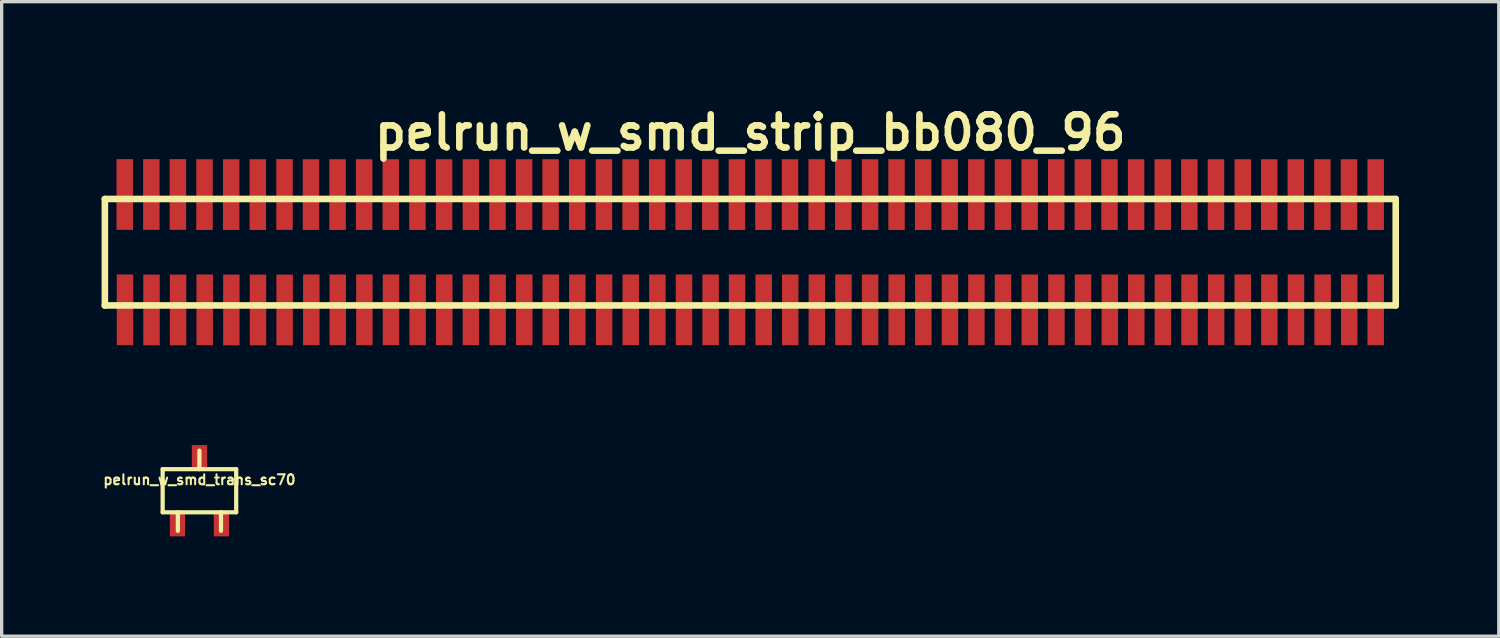
<source format=kicad_pcb>
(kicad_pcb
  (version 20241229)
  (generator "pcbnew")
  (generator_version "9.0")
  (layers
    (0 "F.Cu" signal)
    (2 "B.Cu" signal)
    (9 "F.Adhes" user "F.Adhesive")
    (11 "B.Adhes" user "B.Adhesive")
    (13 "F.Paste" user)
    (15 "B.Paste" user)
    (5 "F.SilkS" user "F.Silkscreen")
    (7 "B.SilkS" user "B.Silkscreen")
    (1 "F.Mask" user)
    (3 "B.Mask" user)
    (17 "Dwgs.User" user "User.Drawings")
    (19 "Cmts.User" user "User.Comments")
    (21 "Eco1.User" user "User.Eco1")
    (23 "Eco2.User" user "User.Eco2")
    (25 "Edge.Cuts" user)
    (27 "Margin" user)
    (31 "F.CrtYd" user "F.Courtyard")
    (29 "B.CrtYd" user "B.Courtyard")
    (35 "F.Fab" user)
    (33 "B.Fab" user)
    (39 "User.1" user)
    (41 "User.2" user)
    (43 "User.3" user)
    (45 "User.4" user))
  (footprint "pelrun_w_smd_strip_bb080_96"
    (layer "F.Cu")
    (at 19.5 4.531)
    (property "Reference" "pelrun_w_smd_strip_bb080_96" (at 0 -3.599 0) (layer "F.SilkS") (effects (font (size 0.998 0.998) (thickness 0.198))))
    (attr through_hole)
    (fp_line (start -19.401 -1.6) (end 19.401 -1.6) (stroke (width 0.198) (type solid)) (layer "F.SilkS"))
    (fp_line (start -19.398 -1.6) (end -19.398 1.6) (stroke (width 0.198) (type solid)) (layer "F.SilkS"))
    (fp_line (start 19.401 1.6) (end -19.401 1.6) (stroke (width 0.198) (type solid)) (layer "F.SilkS"))
    (fp_line (start 19.401 1.6) (end 19.401 -1.6) (stroke (width 0.198) (type solid)) (layer "F.SilkS"))
    (pad "1" smd rect (at -18.793 1.732) (size 0.495 2.126) (layers "F.Cu" "F.Mask" "F.Paste"))
    (pad "2" smd rect (at -18.801 -1.735) (size 0.495 2.126) (layers "F.Cu" "F.Mask" "F.Paste"))
    (pad "3" smd rect (at -17.996 1.735) (size 0.495 2.126) (layers "F.Cu" "F.Mask" "F.Paste"))
    (pad "4" smd rect (at -18.001 -1.735) (size 0.495 2.126) (layers "F.Cu" "F.Mask" "F.Paste"))
    (pad "5" smd rect (at -17.198 1.735) (size 0.495 2.126) (layers "F.Cu" "F.Mask" "F.Paste"))
    (pad "6" smd rect (at -17.203 -1.735) (size 0.495 2.126) (layers "F.Cu" "F.Mask" "F.Paste"))
    (pad "7" smd rect (at -16.398 1.732) (size 0.495 2.126) (layers "F.Cu" "F.Mask" "F.Paste"))
    (pad "8" smd rect (at -16.403 -1.732) (size 0.495 2.126) (layers "F.Cu" "F.Mask" "F.Paste"))
    (pad "9" smd rect (at -15.596 1.735) (size 0.495 2.126) (layers "F.Cu" "F.Mask" "F.Paste"))
    (pad "10" smd rect (at -15.601 -1.732) (size 0.495 2.126) (layers "F.Cu" "F.Mask" "F.Paste"))
    (pad "11" smd rect (at -14.796 1.735) (size 0.495 2.126) (layers "F.Cu" "F.Mask" "F.Paste"))
    (pad "12" smd rect (at -14.801 -1.732) (size 0.495 2.126) (layers "F.Cu" "F.Mask" "F.Paste"))
    (pad "13" smd rect (at -13.995 1.735) (size 0.495 2.126) (layers "F.Cu" "F.Mask" "F.Paste"))
    (pad "14" smd rect (at -13.998 -1.735) (size 0.495 2.126) (layers "F.Cu" "F.Mask" "F.Paste"))
    (pad "15" smd rect (at -13.193 1.732) (size 0.495 2.126) (layers "F.Cu" "F.Mask" "F.Paste"))
    (pad "16" smd rect (at -13.203 -1.732) (size 0.495 2.126) (layers "F.Cu" "F.Mask" "F.Paste"))
    (pad "17" smd rect (at -12.398 1.732) (size 0.495 2.126) (layers "F.Cu" "F.Mask" "F.Paste"))
    (pad "18" smd rect (at -12.403 -1.732) (size 0.495 2.126) (layers "F.Cu" "F.Mask" "F.Paste"))
    (pad "19" smd rect (at -11.598 1.732) (size 0.495 2.126) (layers "F.Cu" "F.Mask" "F.Paste"))
    (pad "20" smd rect (at -11.605 -1.732) (size 0.495 2.126) (layers "F.Cu" "F.Mask" "F.Paste"))
    (pad "21" smd rect (at -10.798 1.732) (size 0.495 2.126) (layers "F.Cu" "F.Mask" "F.Paste"))
    (pad "22" smd rect (at -10.805 -1.732) (size 0.495 2.126) (layers "F.Cu" "F.Mask" "F.Paste"))
    (pad "23" smd rect (at -9.997 1.732) (size 0.495 2.126) (layers "F.Cu" "F.Mask" "F.Paste"))
    (pad "24" smd rect (at -10.003 -1.732) (size 0.495 2.126) (layers "F.Cu" "F.Mask" "F.Paste"))
    (pad "25" smd rect (at -9.197 1.732) (size 0.495 2.126) (layers "F.Cu" "F.Mask" "F.Paste"))
    (pad "26" smd rect (at -9.202 -1.732) (size 0.495 2.126) (layers "F.Cu" "F.Mask" "F.Paste"))
    (pad "27" smd rect (at -8.397 1.732) (size 0.495 2.126) (layers "F.Cu" "F.Mask" "F.Paste"))
    (pad "28" smd rect (at -8.397 -1.732) (size 0.495 2.126) (layers "F.Cu" "F.Mask" "F.Paste"))
    (pad "29" smd rect (at -7.592 1.732) (size 0.495 2.126) (layers "F.Cu" "F.Mask" "F.Paste"))
    (pad "30" smd rect (at -7.597 -1.732) (size 0.495 2.126) (layers "F.Cu" "F.Mask" "F.Paste"))
    (pad "31" smd rect (at -6.792 1.732) (size 0.495 2.126) (layers "F.Cu" "F.Mask" "F.Paste"))
    (pad "32" smd rect (at -6.797 -1.732) (size 0.495 2.126) (layers "F.Cu" "F.Mask" "F.Paste"))
    (pad "33" smd rect (at -5.997 1.732) (size 0.495 2.126) (layers "F.Cu" "F.Mask" "F.Paste"))
    (pad "34" smd rect (at -6.002 -1.732) (size 0.495 2.126) (layers "F.Cu" "F.Mask" "F.Paste"))
    (pad "35" smd rect (at -5.197 1.732) (size 0.495 2.126) (layers "F.Cu" "F.Mask" "F.Paste"))
    (pad "36" smd rect (at -5.202 -1.732) (size 0.495 2.126) (layers "F.Cu" "F.Mask" "F.Paste"))
    (pad "37" smd rect (at -4.392 1.732) (size 0.495 2.126) (layers "F.Cu" "F.Mask" "F.Paste"))
    (pad "38" smd rect (at -4.397 -1.732) (size 0.495 2.126) (layers "F.Cu" "F.Mask" "F.Paste"))
    (pad "39" smd rect (at -3.592 1.732) (size 0.495 2.126) (layers "F.Cu" "F.Mask" "F.Paste"))
    (pad "40" smd rect (at -3.597 -1.732) (size 0.495 2.126) (layers "F.Cu" "F.Mask" "F.Paste"))
    (pad "41" smd rect (at -2.791 1.732) (size 0.495 2.126) (layers "F.Cu" "F.Mask" "F.Paste"))
    (pad "42" smd rect (at -2.797 -1.732) (size 0.495 2.126) (layers "F.Cu" "F.Mask" "F.Paste"))
    (pad "43" smd rect (at -1.991 1.732) (size 0.495 2.126) (layers "F.Cu" "F.Mask" "F.Paste"))
    (pad "44" smd rect (at -2.002 -1.732) (size 0.495 2.126) (layers "F.Cu" "F.Mask" "F.Paste"))
    (pad "45" smd rect (at -1.191 1.732) (size 0.495 2.126) (layers "F.Cu" "F.Mask" "F.Paste"))
    (pad "46" smd rect (at -1.201 -1.732) (size 0.495 2.126) (layers "F.Cu" "F.Mask" "F.Paste"))
    (pad "47" smd rect (at -0.396 1.732) (size 0.495 2.126) (layers "F.Cu" "F.Mask" "F.Paste"))
    (pad "48" smd rect (at -0.401 -1.732) (size 0.495 2.126) (layers "F.Cu" "F.Mask" "F.Paste"))
    (pad "49" smd rect (at 0.404 1.732) (size 0.495 2.126) (layers "F.Cu" "F.Mask" "F.Paste"))
    (pad "50" smd rect (at 0.396 -1.732) (size 0.495 2.126) (layers "F.Cu" "F.Mask" "F.Paste"))
    (pad "51" smd rect (at 1.201 1.732) (size 0.495 2.126) (layers "F.Cu" "F.Mask" "F.Paste"))
    (pad "52" smd rect (at 1.196 -1.732) (size 0.495 2.126) (layers "F.Cu" "F.Mask" "F.Paste"))
    (pad "53" smd rect (at 2.002 1.732) (size 0.495 2.126) (layers "F.Cu" "F.Mask" "F.Paste"))
    (pad "54" smd rect (at 1.996 -1.732) (size 0.495 2.126) (layers "F.Cu" "F.Mask" "F.Paste"))
    (pad "55" smd rect (at 2.802 1.732) (size 0.495 2.126) (layers "F.Cu" "F.Mask" "F.Paste"))
    (pad "56" smd rect (at 2.797 -1.732) (size 0.495 2.126) (layers "F.Cu" "F.Mask" "F.Paste"))
    (pad "57" smd rect (at 3.602 1.732) (size 0.495 2.126) (layers "F.Cu" "F.Mask" "F.Paste"))
    (pad "58" smd rect (at 3.602 -1.732) (size 0.495 2.126) (layers "F.Cu" "F.Mask" "F.Paste"))
    (pad "59" smd rect (at 4.402 1.732) (size 0.495 2.126) (layers "F.Cu" "F.Mask" "F.Paste"))
    (pad "60" smd rect (at 4.397 -1.732) (size 0.495 2.126) (layers "F.Cu" "F.Mask" "F.Paste"))
    (pad "61" smd rect (at 5.202 1.732) (size 0.495 2.126) (layers "F.Cu" "F.Mask" "F.Paste"))
    (pad "62" smd rect (at 5.197 -1.732) (size 0.495 2.126) (layers "F.Cu" "F.Mask" "F.Paste"))
    (pad "63" smd rect (at 6.002 1.732) (size 0.495 2.126) (layers "F.Cu" "F.Mask" "F.Paste"))
    (pad "64" smd rect (at 5.994 -1.732) (size 0.495 2.126) (layers "F.Cu" "F.Mask" "F.Paste"))
    (pad "65" smd rect (at 6.797 1.732) (size 0.495 2.126) (layers "F.Cu" "F.Mask" "F.Paste"))
    (pad "66" smd rect (at 6.795 -1.732) (size 0.495 2.126) (layers "F.Cu" "F.Mask" "F.Paste"))
    (pad "67" smd rect (at 7.597 1.732) (size 0.495 2.126) (layers "F.Cu" "F.Mask" "F.Paste"))
    (pad "68" smd rect (at 7.597 -1.732) (size 0.495 2.126) (layers "F.Cu" "F.Mask" "F.Paste"))
    (pad "69" smd rect (at 8.402 1.732) (size 0.495 2.126) (layers "F.Cu" "F.Mask" "F.Paste"))
    (pad "70" smd rect (at 8.397 -1.732) (size 0.495 2.126) (layers "F.Cu" "F.Mask" "F.Paste"))
    (pad "71" smd rect (at 9.202 1.732) (size 0.495 2.126) (layers "F.Cu" "F.Mask" "F.Paste"))
    (pad "72" smd rect (at 9.197 -1.732) (size 0.495 2.126) (layers "F.Cu" "F.Mask" "F.Paste"))
    (pad "73" smd rect (at 10.003 1.732) (size 0.495 2.126) (layers "F.Cu" "F.Mask" "F.Paste"))
    (pad "74" smd rect (at 9.997 -1.732) (size 0.495 2.126) (layers "F.Cu" "F.Mask" "F.Paste"))
    (pad "75" smd rect (at 10.808 1.732) (size 0.495 2.126) (layers "F.Cu" "F.Mask" "F.Paste"))
    (pad "76" smd rect (at 10.798 -1.732) (size 0.495 2.126) (layers "F.Cu" "F.Mask" "F.Paste"))
    (pad "77" smd rect (at 11.603 1.732) (size 0.495 2.126) (layers "F.Cu" "F.Mask" "F.Paste"))
    (pad "78" smd rect (at 11.598 -1.732) (size 0.495 2.126) (layers "F.Cu" "F.Mask" "F.Paste"))
    (pad "79" smd rect (at 12.403 1.732) (size 0.495 2.126) (layers "F.Cu" "F.Mask" "F.Paste"))
    (pad "80" smd rect (at 12.398 -1.732) (size 0.495 2.126) (layers "F.Cu" "F.Mask" "F.Paste"))
    (pad "81" smd rect (at 13.203 1.732) (size 0.495 2.126) (layers "F.Cu" "F.Mask" "F.Paste"))
    (pad "82" smd rect (at 13.198 -1.732) (size 0.495 2.126) (layers "F.Cu" "F.Mask" "F.Paste"))
    (pad "83" smd rect (at 14.003 1.732) (size 0.495 2.126) (layers "F.Cu" "F.Mask" "F.Paste"))
    (pad "84" smd rect (at 13.998 -1.732) (size 0.495 2.126) (layers "F.Cu" "F.Mask" "F.Paste"))
    (pad "85" smd rect (at 14.803 1.732) (size 0.495 2.126) (layers "F.Cu" "F.Mask" "F.Paste"))
    (pad "86" smd rect (at 14.803 -1.732) (size 0.495 2.126) (layers "F.Cu" "F.Mask" "F.Paste"))
    (pad "87" smd rect (at 15.603 1.732) (size 0.495 2.126) (layers "F.Cu" "F.Mask" "F.Paste"))
    (pad "88" smd rect (at 15.598 -1.732) (size 0.495 2.126) (layers "F.Cu" "F.Mask" "F.Paste"))
    (pad "89" smd rect (at 16.403 1.732) (size 0.495 2.126) (layers "F.Cu" "F.Mask" "F.Paste"))
    (pad "90" smd rect (at 16.398 -1.732) (size 0.495 2.126) (layers "F.Cu" "F.Mask" "F.Paste"))
    (pad "91" smd rect (at 17.203 1.732) (size 0.495 2.126) (layers "F.Cu" "F.Mask" "F.Paste"))
    (pad "92" smd rect (at 17.196 -1.732) (size 0.495 2.126) (layers "F.Cu" "F.Mask" "F.Paste"))
    (pad "93" smd rect (at 18.004 1.732) (size 0.495 2.126) (layers "F.Cu" "F.Mask" "F.Paste"))
    (pad "94" smd rect (at 17.996 -1.732) (size 0.495 2.126) (layers "F.Cu" "F.Mask" "F.Paste"))
    (pad "95" smd rect (at 18.799 1.732) (size 0.495 2.126) (layers "F.Cu" "F.Mask" "F.Paste"))
    (pad "96" smd rect (at 18.799 -1.732) (size 0.495 2.126) (layers "F.Cu" "F.Mask" "F.Paste")))
  (footprint "pelrun_w_smd_trans_sc70"
    (layer "F.Cu")
    (at 2.944 11.7)
    (property "Reference" "pelrun_w_smd_trans_sc70" (at 0 -0.33 0) (layer "F.SilkS") (effects (font (size 0.3 0.3) (thickness 0.061))))
    (attr through_hole)
    (fp_line (start -1.105 -0.648) (end 1.105 -0.648) (stroke (width 0.127) (type solid)) (layer "F.SilkS"))
    (fp_line (start -1.105 0.648) (end -1.105 -0.648) (stroke (width 0.127) (type solid)) (layer "F.SilkS"))
    (fp_line (start -0.648 0.648) (end -0.648 1.206) (stroke (width 0.127) (type solid)) (layer "F.SilkS"))
    (fp_line (start 0 -0.648) (end 0 -1.206) (stroke (width 0.127) (type solid)) (layer "F.SilkS"))
    (fp_line (start 0.648 0.648) (end 0.648 1.206) (stroke (width 0.127) (type solid)) (layer "F.SilkS"))
    (fp_line (start 1.105 -0.648) (end 1.105 0.648) (stroke (width 0.127) (type solid)) (layer "F.SilkS"))
    (fp_line (start 1.105 0.648) (end -1.105 0.648) (stroke (width 0.127) (type solid)) (layer "F.SilkS"))
    (pad "1" smd rect (at -0.66 1.016) (size 0.457 0.711) (layers "F.Cu" "F.Mask" "F.Paste"))
    (pad "2" smd rect (at 0 -1.016) (size 0.457 0.711) (layers "F.Cu" "F.Mask" "F.Paste"))
    (pad "3" smd rect (at 0.66 1.016) (size 0.457 0.711) (layers "F.Cu" "F.Mask" "F.Paste")))
  (gr_rect
    (start -3 -3)
    (end 41.999 16.072)
    (stroke (width 0.1) (type default))
    (fill no)
    (layer "Edge.Cuts")))
</source>
